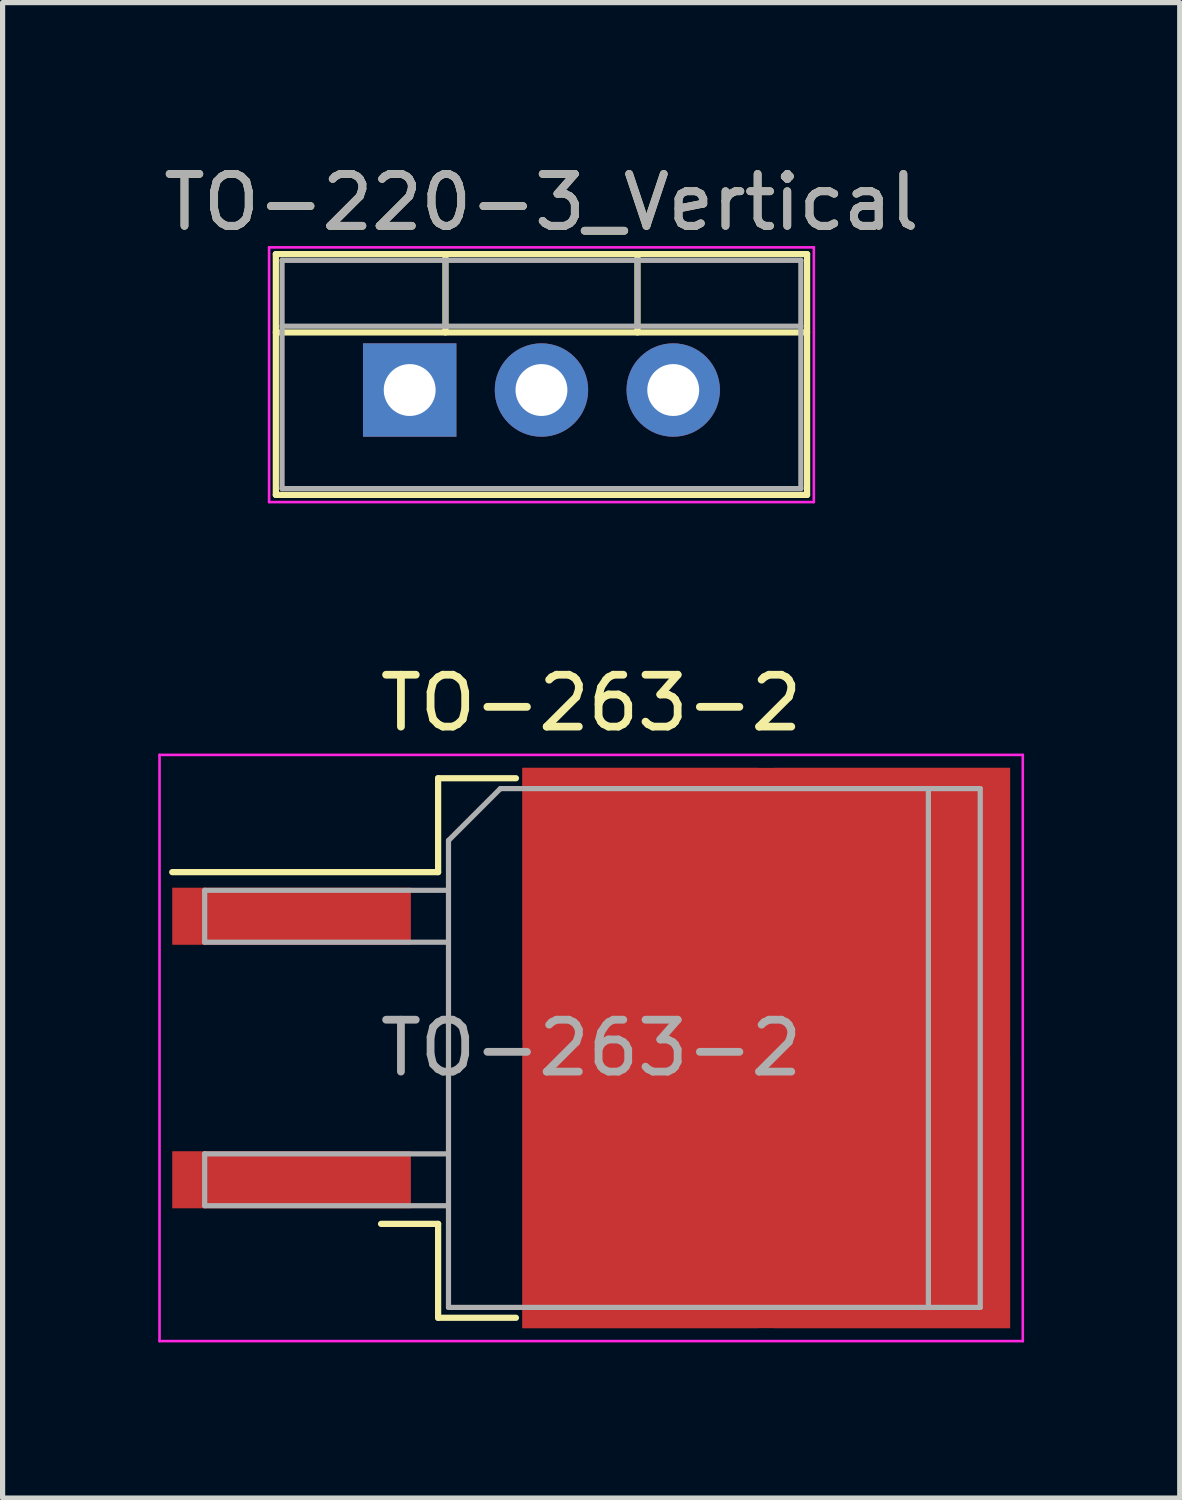
<source format=kicad_pcb>
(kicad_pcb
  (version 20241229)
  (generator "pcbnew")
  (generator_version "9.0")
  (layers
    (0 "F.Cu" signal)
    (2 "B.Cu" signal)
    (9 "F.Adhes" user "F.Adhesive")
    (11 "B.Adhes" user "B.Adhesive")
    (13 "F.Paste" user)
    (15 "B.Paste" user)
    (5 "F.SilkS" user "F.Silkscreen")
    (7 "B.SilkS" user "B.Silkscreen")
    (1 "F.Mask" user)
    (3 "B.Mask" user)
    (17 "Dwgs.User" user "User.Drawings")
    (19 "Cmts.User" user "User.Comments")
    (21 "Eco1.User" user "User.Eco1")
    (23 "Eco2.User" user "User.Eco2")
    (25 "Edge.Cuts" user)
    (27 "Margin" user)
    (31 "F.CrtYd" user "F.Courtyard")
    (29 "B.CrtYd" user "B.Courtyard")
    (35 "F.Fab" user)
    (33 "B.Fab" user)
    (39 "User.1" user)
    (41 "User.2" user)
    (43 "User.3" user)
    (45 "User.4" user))
  (footprint "TO-263-2"
    (layer "F.Cu")
    (at 8.345 17.151)
    (property "Reference" "TO-263-2" (at 0 -6.65 0) (layer "F.SilkS") (effects (font (size 1 1) (thickness 0.15))))
    (attr smd)
    (fp_line (start -2.95 -5.2) (end -2.95 -3.39) (stroke (width 0.12) (type solid)) (layer "F.SilkS"))
    (fp_line (start -2.95 -3.39) (end -8.075 -3.39) (stroke (width 0.12) (type solid)) (layer "F.SilkS"))
    (fp_line (start -2.95 3.39) (end -4.05 3.39) (stroke (width 0.12) (type solid)) (layer "F.SilkS"))
    (fp_line (start -2.95 5.2) (end -2.95 3.39) (stroke (width 0.12) (type solid)) (layer "F.SilkS"))
    (fp_line (start -1.45 -5.2) (end -2.95 -5.2) (stroke (width 0.12) (type solid)) (layer "F.SilkS"))
    (fp_line (start -1.45 5.2) (end -2.95 5.2) (stroke (width 0.12) (type solid)) (layer "F.SilkS"))
    (fp_line (start -8.32 -5.65) (end -8.32 5.65) (stroke (width 0.05) (type solid)) (layer "F.CrtYd"))
    (fp_line (start -8.32 5.65) (end 8.32 5.65) (stroke (width 0.05) (type solid)) (layer "F.CrtYd"))
    (fp_line (start 8.32 -5.65) (end -8.32 -5.65) (stroke (width 0.05) (type solid)) (layer "F.CrtYd"))
    (fp_line (start 8.32 5.65) (end 8.32 -5.65) (stroke (width 0.05) (type solid)) (layer "F.CrtYd"))
    (fp_line (start -7.45 -3.04) (end -7.45 -2.04) (stroke (width 0.1) (type solid)) (layer "F.Fab"))
    (fp_line (start -7.45 -2.04) (end -2.75 -2.04) (stroke (width 0.1) (type solid)) (layer "F.Fab"))
    (fp_line (start -7.45 2.04) (end -7.45 3.04) (stroke (width 0.1) (type solid)) (layer "F.Fab"))
    (fp_line (start -7.45 3.04) (end -2.75 3.04) (stroke (width 0.1) (type solid)) (layer "F.Fab"))
    (fp_line (start -2.75 -4) (end -1.75 -5) (stroke (width 0.1) (type solid)) (layer "F.Fab"))
    (fp_line (start -2.75 -3.04) (end -7.45 -3.04) (stroke (width 0.1) (type solid)) (layer "F.Fab"))
    (fp_line (start -2.75 2.04) (end -7.45 2.04) (stroke (width 0.1) (type solid)) (layer "F.Fab"))
    (fp_line (start -2.75 5) (end -2.75 -4) (stroke (width 0.1) (type solid)) (layer "F.Fab"))
    (fp_line (start -1.75 -5) (end 6.5 -5) (stroke (width 0.1) (type solid)) (layer "F.Fab"))
    (fp_line (start 6.5 -5) (end 6.5 5) (stroke (width 0.1) (type solid)) (layer "F.Fab"))
    (fp_line (start 6.5 -5) (end 7.5 -5) (stroke (width 0.1) (type solid)) (layer "F.Fab"))
    (fp_line (start 6.5 5) (end -2.75 5) (stroke (width 0.1) (type solid)) (layer "F.Fab"))
    (fp_line (start 7.5 -5) (end 7.5 5) (stroke (width 0.1) (type solid)) (layer "F.Fab"))
    (fp_line (start 7.5 5) (end 6.5 5) (stroke (width 0.1) (type solid)) (layer "F.Fab"))
    (fp_text user "${REFERENCE}" (at 0 0 0) (layer "F.Fab") (effects (font (size 1 1) (thickness 0.15))))
    (pad "D" smd rect (at 0.95 -2.775) (size 4.55 5.25) (layers "F.Cu" "F.Paste"))
    (pad "D" smd rect (at 0.95 2.775) (size 4.55 5.25) (layers "F.Cu" "F.Paste"))
    (pad "D" smd rect (at 3.375 0) (size 9.4 10.8) (layers "F.Cu" "F.Mask"))
    (pad "D" smd rect (at 5.8 -2.775) (size 4.55 5.25) (layers "F.Cu" "F.Paste"))
    (pad "D" smd rect (at 5.8 2.775) (size 4.55 5.25) (layers "F.Cu" "F.Paste"))
    (pad "G" smd rect (at -5.775 -2.54) (size 4.6 1.1) (layers "F.Cu" "F.Mask" "F.Paste"))
    (pad "S" smd rect (at -5.775 2.54) (size 4.6 1.1) (layers "F.Cu" "F.Mask" "F.Paste")))
  (footprint "TO-220-3_Vertical"
    (layer "F.Cu")
    (at 7.387 4.468)
    (property "Reference" "TO-220-3_Vertical" (at 0 -3.62 0) (layer "F.SilkS") (effects (font (size 1 1) (thickness 0.15))))
    (attr through_hole)
    (fp_line (start -5.12 -2.62) (end -5.12 2.021) (stroke (width 0.12) (type solid)) (layer "F.SilkS"))
    (fp_line (start -5.12 -2.62) (end 5.12 -2.62) (stroke (width 0.12) (type solid)) (layer "F.SilkS"))
    (fp_line (start -5.12 -1.11) (end 5.12 -1.11) (stroke (width 0.12) (type solid)) (layer "F.SilkS"))
    (fp_line (start -5.12 2.021) (end 5.12 2.021) (stroke (width 0.12) (type solid)) (layer "F.SilkS"))
    (fp_line (start -1.85 -2.62) (end -1.85 -1.11) (stroke (width 0.12) (type solid)) (layer "F.SilkS"))
    (fp_line (start 1.851 -2.62) (end 1.851 -1.11) (stroke (width 0.12) (type solid)) (layer "F.SilkS"))
    (fp_line (start 5.12 -2.62) (end 5.12 2.021) (stroke (width 0.12) (type solid)) (layer "F.SilkS"))
    (fp_line (start -5.25 -2.75) (end -5.25 2.16) (stroke (width 0.05) (type solid)) (layer "F.CrtYd"))
    (fp_line (start -5.25 2.16) (end 5.25 2.16) (stroke (width 0.05) (type solid)) (layer "F.CrtYd"))
    (fp_line (start 5.25 -2.75) (end -5.25 -2.75) (stroke (width 0.05) (type solid)) (layer "F.CrtYd"))
    (fp_line (start 5.25 2.16) (end 5.25 -2.75) (stroke (width 0.05) (type solid)) (layer "F.CrtYd"))
    (fp_line (start -5 -2.5) (end -5 1.9) (stroke (width 0.1) (type solid)) (layer "F.Fab"))
    (fp_line (start -5 -1.23) (end 5 -1.23) (stroke (width 0.1) (type solid)) (layer "F.Fab"))
    (fp_line (start -5 1.9) (end 5 1.9) (stroke (width 0.1) (type solid)) (layer "F.Fab"))
    (fp_line (start -1.85 -2.5) (end -1.85 -1.23) (stroke (width 0.1) (type solid)) (layer "F.Fab"))
    (fp_line (start 1.85 -2.5) (end 1.85 -1.23) (stroke (width 0.1) (type solid)) (layer "F.Fab"))
    (fp_line (start 5 -2.5) (end -5 -2.5) (stroke (width 0.1) (type solid)) (layer "F.Fab"))
    (fp_line (start 5 1.9) (end 5 -2.5) (stroke (width 0.1) (type solid)) (layer "F.Fab"))
    (fp_text user "${REFERENCE}" (at 0 -3.62 0) (layer "F.Fab") (effects (font (size 1 1) (thickness 0.15))))
    (pad "D" thru_hole oval (at 0 0) (size 1.8 1.8) (drill 1) (layers "*.Cu" "*.Mask"))
    (pad "G" thru_hole rect (at -2.54 0) (size 1.8 1.8) (drill 1) (layers "*.Cu" "*.Mask"))
    (pad "S" thru_hole oval (at 2.54 0) (size 1.8 1.8) (drill 1) (layers "*.Cu" "*.Mask")))
  (gr_rect
    (start -3 -3)
    (end 19.69 25.826)
    (stroke (width 0.1) (type default))
    (fill no)
    (layer "Edge.Cuts")))
</source>
